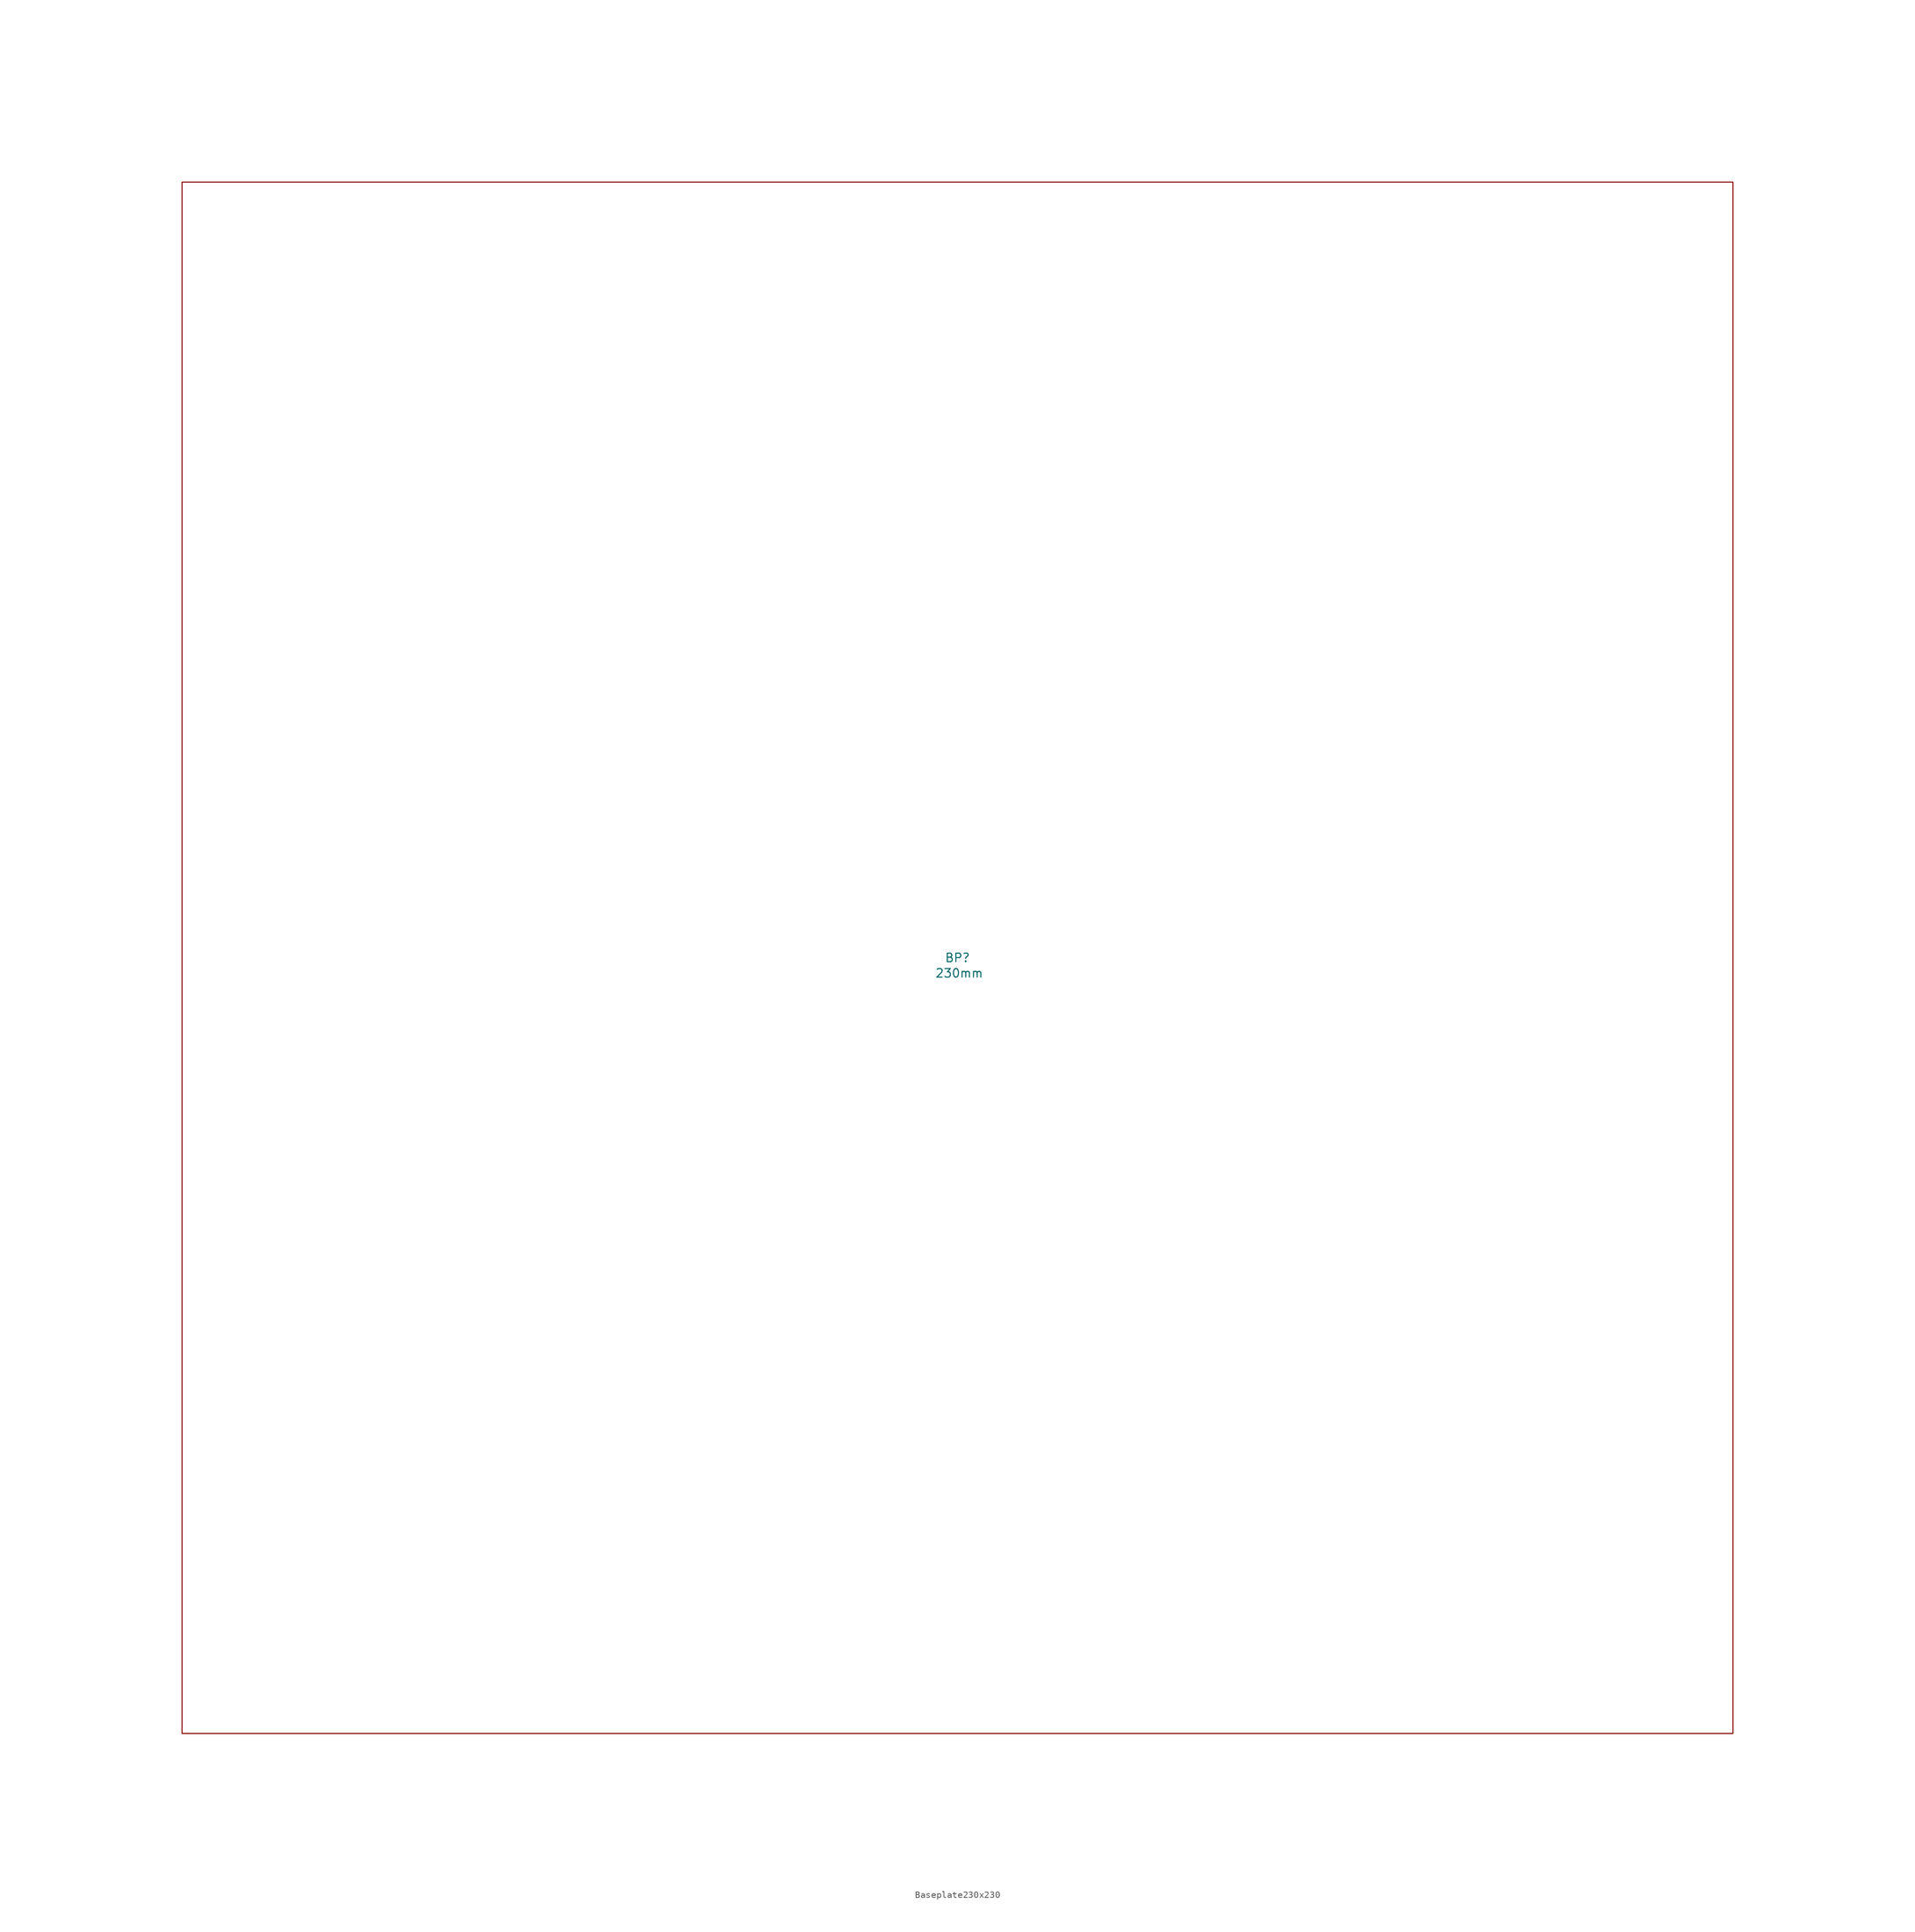
<source format=kicad_sym>
(kicad_symbol_lib
  (version 20241209)
  (generator "kicad_symbol_editor")
  (generator_version "9.0")
  (symbol "Baseplate230x230"
    (property "Reference" "BP"
      (at 0 0 0)
      (effects (font (size 1.27 1.27))))
    (property "Value" "230mm"
      (at 0.254 -2.286 0)
      (effects (font (size 1.27 1.27))))
    (symbol "Baseplate230x230_1_1"
      (rectangle (start -115 115) (end 115 -115) (stroke (width 0) (type default)) (fill (type none))))))
</source>
